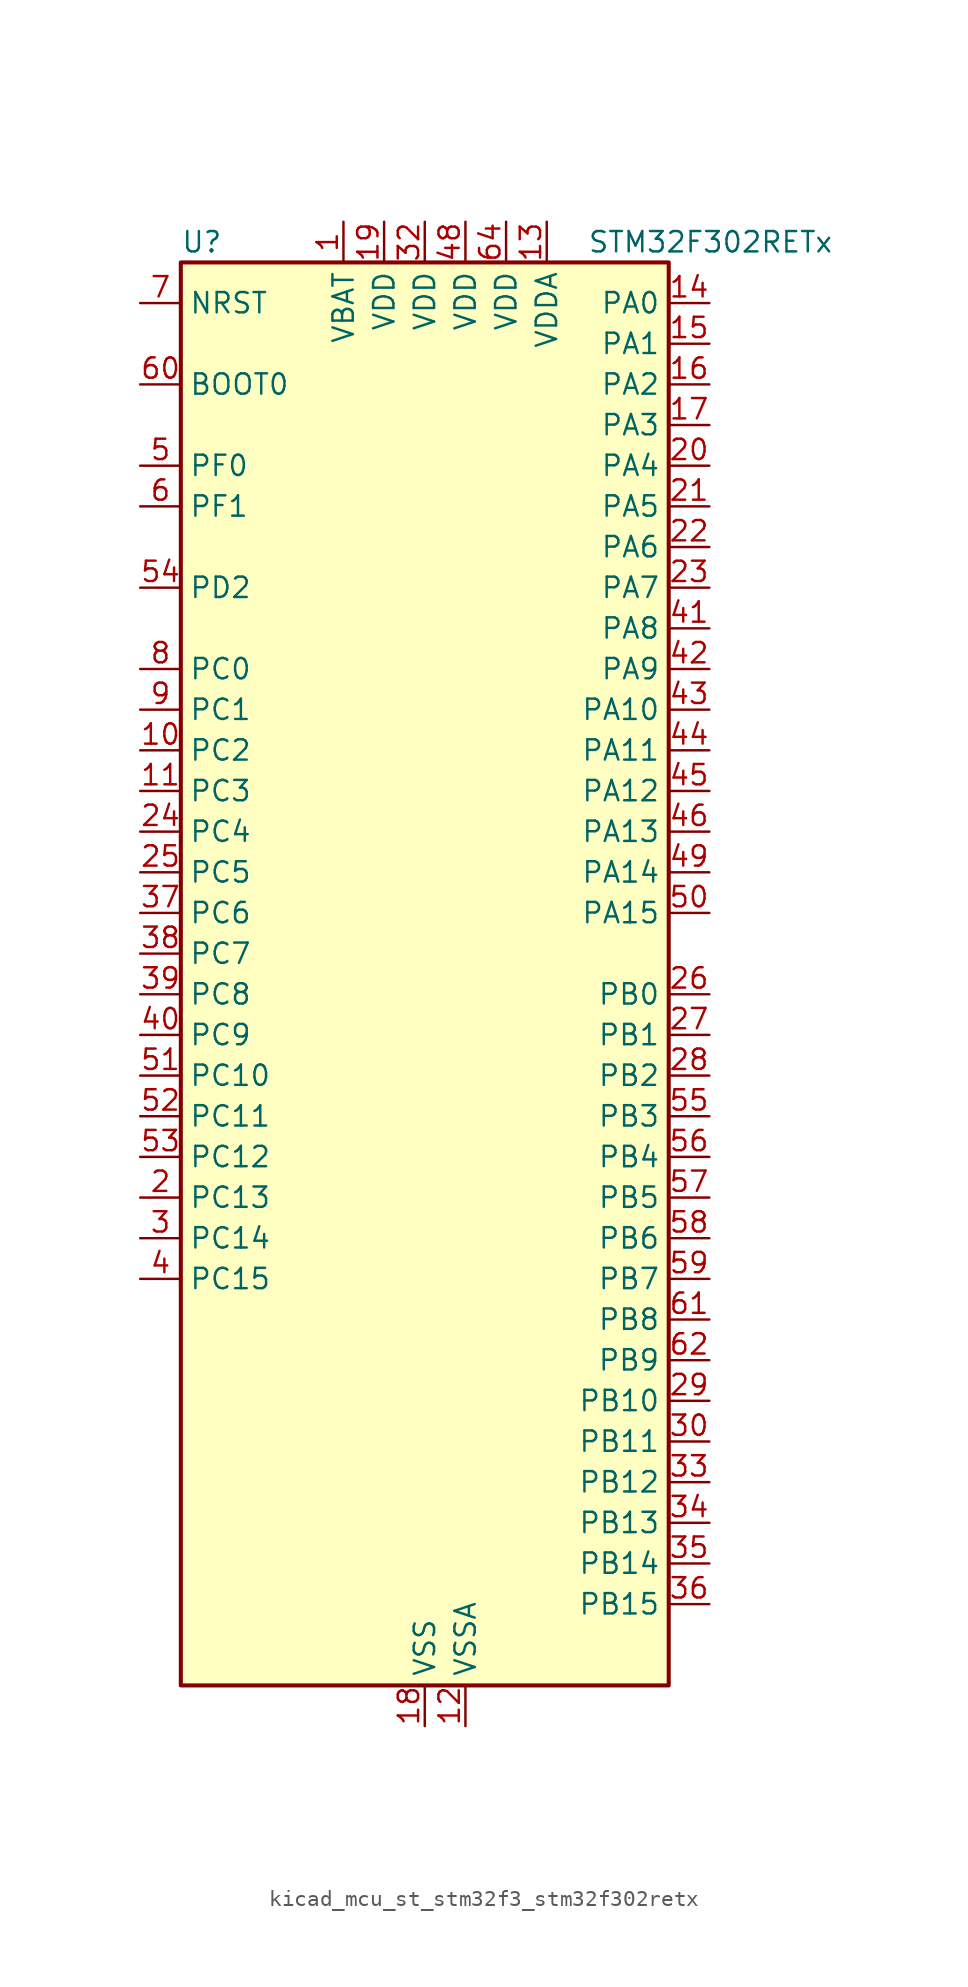
<source format=kicad_sym>
(kicad_symbol_lib
  (version 20220914)
  (generator kicad_symbol_editor)
  (symbol "kicad_mcu_st_stm32f3_stm32f302retx"
    (property "Reference" "U"
      (at -15.24 46.99 0)
      (effects (font (size 1.27 1.27)) (justify left)))
    (property "Value" "STM32F302RETx"
      (at 10.16 46.99 0)
      (effects (font (size 1.27 1.27)) (justify left)))
    (property "ki_locked" ""
      (at 0 0 0)
      (effects (font (size 1.27 1.27))))
    (symbol "kicad_mcu_st_stm32f3_stm32f302retx_0_1"
      (rectangle (start -15.24 -43.18) (end 15.24 45.72) (stroke (width 0.254) (type default)) (fill (type background))))
    (symbol "kicad_mcu_st_stm32f3_stm32f302retx_1_1"
      (pin power_in line (at -5.08 48.26 270) (length 2.54) (name "VBAT" (effects (font (size 1.27 1.27)))) (number "1" (effects (font (size 1.27 1.27)))))
      (pin bidirectional line (at -17.78 15.24 0) (length 2.54) (name "PC2" (effects (font (size 1.27 1.27)))) (number "10" (effects (font (size 1.27 1.27)))) (alternate "ADC1_IN8" bidirectional line) (alternate "ADC2_IN8" bidirectional line) (alternate "TIM1_CH3" bidirectional line))
      (pin bidirectional line (at -17.78 12.7 0) (length 2.54) (name "PC3" (effects (font (size 1.27 1.27)))) (number "11" (effects (font (size 1.27 1.27)))) (alternate "ADC1_IN9" bidirectional line) (alternate "ADC2_IN9" bidirectional line) (alternate "TIM1_BKIN2" bidirectional line) (alternate "TIM1_CH4" bidirectional line))
      (pin power_in line (at 2.54 -45.72 90) (length 2.54) (name "VSSA" (effects (font (size 1.27 1.27)))) (number "12" (effects (font (size 1.27 1.27)))))
      (pin power_in line (at 7.62 48.26 270) (length 2.54) (name "VDDA" (effects (font (size 1.27 1.27)))) (number "13" (effects (font (size 1.27 1.27)))))
      (pin bidirectional line (at 17.78 43.18 180) (length 2.54) (name "PA0" (effects (font (size 1.27 1.27)))) (number "14" (effects (font (size 1.27 1.27)))) (alternate "ADC1_IN1" bidirectional line) (alternate "COMP1_INM" bidirectional line) (alternate "COMP1_OUT" bidirectional line) (alternate "RTC_TAMP2" bidirectional line) (alternate "SYS_WKUP1" bidirectional line) (alternate "TIM2_CH1" bidirectional line) (alternate "TIM2_ETR" bidirectional line) (alternate "TSC_G1_IO1" bidirectional line) (alternate "USART2_CTS" bidirectional line))
      (pin bidirectional line (at 17.78 40.64 180) (length 2.54) (name "PA1" (effects (font (size 1.27 1.27)))) (number "15" (effects (font (size 1.27 1.27)))) (alternate "ADC1_IN2" bidirectional line) (alternate "COMP1_INP" bidirectional line) (alternate "OPAMP1_VINP" bidirectional line) (alternate "OPAMP1_VINP_SEC" bidirectional line) (alternate "RTC_REFIN" bidirectional line) (alternate "TIM15_CH1N" bidirectional line) (alternate "TIM2_CH2" bidirectional line) (alternate "TSC_G1_IO2" bidirectional line) (alternate "USART2_DE" bidirectional line) (alternate "USART2_RTS" bidirectional line))
      (pin bidirectional line (at 17.78 38.1 180) (length 2.54) (name "PA2" (effects (font (size 1.27 1.27)))) (number "16" (effects (font (size 1.27 1.27)))) (alternate "ADC1_IN3" bidirectional line) (alternate "COMP2_INM" bidirectional line) (alternate "COMP2_OUT" bidirectional line) (alternate "OPAMP1_VOUT" bidirectional line) (alternate "TIM15_CH1" bidirectional line) (alternate "TIM2_CH3" bidirectional line) (alternate "TSC_G1_IO3" bidirectional line) (alternate "USART2_TX" bidirectional line))
      (pin bidirectional line (at 17.78 35.56 180) (length 2.54) (name "PA3" (effects (font (size 1.27 1.27)))) (number "17" (effects (font (size 1.27 1.27)))) (alternate "ADC1_IN4" bidirectional line) (alternate "OPAMP1_VINM" bidirectional line) (alternate "OPAMP1_VINM_SEC" bidirectional line) (alternate "OPAMP1_VINP" bidirectional line) (alternate "OPAMP1_VINP_SEC" bidirectional line) (alternate "TIM15_CH2" bidirectional line) (alternate "TIM2_CH4" bidirectional line) (alternate "TSC_G1_IO4" bidirectional line) (alternate "USART2_RX" bidirectional line))
      (pin power_in line (at 0 -45.72 90) (length 2.54) (name "VSS" (effects (font (size 1.27 1.27)))) (number "18" (effects (font (size 1.27 1.27)))))
      (pin power_in line (at -2.54 48.26 270) (length 2.54) (name "VDD" (effects (font (size 1.27 1.27)))) (number "19" (effects (font (size 1.27 1.27)))))
      (pin bidirectional line (at -17.78 -12.7 0) (length 2.54) (name "PC13" (effects (font (size 1.27 1.27)))) (number "2" (effects (font (size 1.27 1.27)))) (alternate "RTC_OUT_ALARM" bidirectional line) (alternate "RTC_OUT_CALIB" bidirectional line) (alternate "RTC_TAMP1" bidirectional line) (alternate "RTC_TS" bidirectional line) (alternate "SYS_WKUP2" bidirectional line) (alternate "TIM1_CH1N" bidirectional line))
      (pin bidirectional line (at 17.78 33.02 180) (length 2.54) (name "PA4" (effects (font (size 1.27 1.27)))) (number "20" (effects (font (size 1.27 1.27)))) (alternate "ADC2_IN1" bidirectional line) (alternate "COMP1_INM" bidirectional line) (alternate "COMP2_INM" bidirectional line) (alternate "COMP4_INM" bidirectional line) (alternate "COMP6_INM" bidirectional line) (alternate "DAC1_OUT1" bidirectional line) (alternate "I2S3_WS" bidirectional line) (alternate "SPI1_NSS" bidirectional line) (alternate "SPI3_NSS" bidirectional line) (alternate "TIM3_CH2" bidirectional line) (alternate "TSC_G2_IO1" bidirectional line) (alternate "USART2_CK" bidirectional line))
      (pin bidirectional line (at 17.78 30.48 180) (length 2.54) (name "PA5" (effects (font (size 1.27 1.27)))) (number "21" (effects (font (size 1.27 1.27)))) (alternate "ADC2_IN2" bidirectional line) (alternate "COMP1_INM" bidirectional line) (alternate "COMP2_INM" bidirectional line) (alternate "COMP4_INM" bidirectional line) (alternate "COMP6_INM" bidirectional line) (alternate "OPAMP1_VINP" bidirectional line) (alternate "OPAMP1_VINP_SEC" bidirectional line) (alternate "OPAMP2_VINM" bidirectional line) (alternate "OPAMP2_VINM_SEC" bidirectional line) (alternate "SPI1_SCK" bidirectional line) (alternate "TIM2_CH1" bidirectional line) (alternate "TIM2_ETR" bidirectional line) (alternate "TSC_G2_IO2" bidirectional line))
      (pin bidirectional line (at 17.78 27.94 180) (length 2.54) (name "PA6" (effects (font (size 1.27 1.27)))) (number "22" (effects (font (size 1.27 1.27)))) (alternate "ADC2_IN3" bidirectional line) (alternate "COMP1_OUT" bidirectional line) (alternate "OPAMP2_VOUT" bidirectional line) (alternate "SPI1_MISO" bidirectional line) (alternate "TIM16_CH1" bidirectional line) (alternate "TIM1_BKIN" bidirectional line) (alternate "TIM3_CH1" bidirectional line) (alternate "TSC_G2_IO3" bidirectional line))
      (pin bidirectional line (at 17.78 25.4 180) (length 2.54) (name "PA7" (effects (font (size 1.27 1.27)))) (number "23" (effects (font (size 1.27 1.27)))) (alternate "ADC2_IN4" bidirectional line) (alternate "COMP2_INP" bidirectional line) (alternate "OPAMP1_VINP" bidirectional line) (alternate "OPAMP1_VINP_SEC" bidirectional line) (alternate "OPAMP2_VINP" bidirectional line) (alternate "OPAMP2_VINP_SEC" bidirectional line) (alternate "SPI1_MOSI" bidirectional line) (alternate "TIM17_CH1" bidirectional line) (alternate "TIM1_CH1N" bidirectional line) (alternate "TIM3_CH2" bidirectional line) (alternate "TSC_G2_IO4" bidirectional line))
      (pin bidirectional line (at -17.78 10.16 0) (length 2.54) (name "PC4" (effects (font (size 1.27 1.27)))) (number "24" (effects (font (size 1.27 1.27)))) (alternate "ADC2_IN5" bidirectional line) (alternate "TIM1_ETR" bidirectional line) (alternate "USART1_TX" bidirectional line))
      (pin bidirectional line (at -17.78 7.62 0) (length 2.54) (name "PC5" (effects (font (size 1.27 1.27)))) (number "25" (effects (font (size 1.27 1.27)))) (alternate "ADC2_IN11" bidirectional line) (alternate "OPAMP1_VINM" bidirectional line) (alternate "OPAMP1_VINM_SEC" bidirectional line) (alternate "OPAMP2_VINM" bidirectional line) (alternate "OPAMP2_VINM_SEC" bidirectional line) (alternate "TIM15_BKIN" bidirectional line) (alternate "TSC_G3_IO1" bidirectional line) (alternate "USART1_RX" bidirectional line))
      (pin bidirectional line (at 17.78 0 180) (length 2.54) (name "PB0" (effects (font (size 1.27 1.27)))) (number "26" (effects (font (size 1.27 1.27)))) (alternate "COMP4_INP" bidirectional line) (alternate "OPAMP2_VINP" bidirectional line) (alternate "OPAMP2_VINP_SEC" bidirectional line) (alternate "TIM1_CH2N" bidirectional line) (alternate "TIM3_CH3" bidirectional line) (alternate "TSC_G3_IO2" bidirectional line))
      (pin bidirectional line (at 17.78 -2.54 180) (length 2.54) (name "PB1" (effects (font (size 1.27 1.27)))) (number "27" (effects (font (size 1.27 1.27)))) (alternate "COMP4_OUT" bidirectional line) (alternate "TIM1_CH3N" bidirectional line) (alternate "TIM3_CH4" bidirectional line) (alternate "TSC_G3_IO3" bidirectional line))
      (pin bidirectional line (at 17.78 -5.08 180) (length 2.54) (name "PB2" (effects (font (size 1.27 1.27)))) (number "28" (effects (font (size 1.27 1.27)))) (alternate "ADC2_IN12" bidirectional line) (alternate "COMP4_INM" bidirectional line) (alternate "TSC_G3_IO4" bidirectional line))
      (pin bidirectional line (at 17.78 -25.4 180) (length 2.54) (name "PB10" (effects (font (size 1.27 1.27)))) (number "29" (effects (font (size 1.27 1.27)))) (alternate "TIM2_CH3" bidirectional line) (alternate "TSC_SYNC" bidirectional line) (alternate "USART3_TX" bidirectional line))
      (pin bidirectional line (at -17.78 -15.24 0) (length 2.54) (name "PC14" (effects (font (size 1.27 1.27)))) (number "3" (effects (font (size 1.27 1.27)))) (alternate "RCC_OSC32_IN" bidirectional line))
      (pin bidirectional line (at 17.78 -27.94 180) (length 2.54) (name "PB11" (effects (font (size 1.27 1.27)))) (number "30" (effects (font (size 1.27 1.27)))) (alternate "ADC1_EXTI11" bidirectional line) (alternate "ADC1_IN14" bidirectional line) (alternate "ADC2_EXTI11" bidirectional line) (alternate "ADC2_IN14" bidirectional line) (alternate "COMP6_INP" bidirectional line) (alternate "TIM2_CH4" bidirectional line) (alternate "TSC_G6_IO1" bidirectional line) (alternate "USART3_RX" bidirectional line))
      (pin passive line (at 0 -45.72 90) (length 2.54) hide (name "VSS" (effects (font (size 1.27 1.27)))) (number "31" (effects (font (size 1.27 1.27)))))
      (pin power_in line (at 0 48.26 270) (length 2.54) (name "VDD" (effects (font (size 1.27 1.27)))) (number "32" (effects (font (size 1.27 1.27)))))
      (pin bidirectional line (at 17.78 -30.48 180) (length 2.54) (name "PB12" (effects (font (size 1.27 1.27)))) (number "33" (effects (font (size 1.27 1.27)))) (alternate "I2C2_SMBA" bidirectional line) (alternate "I2S2_WS" bidirectional line) (alternate "SPI2_NSS" bidirectional line) (alternate "TIM1_BKIN" bidirectional line) (alternate "TSC_G6_IO2" bidirectional line) (alternate "USART3_CK" bidirectional line))
      (pin bidirectional line (at 17.78 -33.02 180) (length 2.54) (name "PB13" (effects (font (size 1.27 1.27)))) (number "34" (effects (font (size 1.27 1.27)))) (alternate "I2S2_CK" bidirectional line) (alternate "SPI2_SCK" bidirectional line) (alternate "TIM1_CH1N" bidirectional line) (alternate "TSC_G6_IO3" bidirectional line) (alternate "USART3_CTS" bidirectional line))
      (pin bidirectional line (at 17.78 -35.56 180) (length 2.54) (name "PB14" (effects (font (size 1.27 1.27)))) (number "35" (effects (font (size 1.27 1.27)))) (alternate "I2S2_ext_SD" bidirectional line) (alternate "OPAMP2_VINP" bidirectional line) (alternate "OPAMP2_VINP_SEC" bidirectional line) (alternate "SPI2_MISO" bidirectional line) (alternate "TIM15_CH1" bidirectional line) (alternate "TIM1_CH2N" bidirectional line) (alternate "TSC_G6_IO4" bidirectional line) (alternate "USART3_DE" bidirectional line) (alternate "USART3_RTS" bidirectional line))
      (pin bidirectional line (at 17.78 -38.1 180) (length 2.54) (name "PB15" (effects (font (size 1.27 1.27)))) (number "36" (effects (font (size 1.27 1.27)))) (alternate "ADC1_EXTI15" bidirectional line) (alternate "ADC2_EXTI15" bidirectional line) (alternate "COMP6_INM" bidirectional line) (alternate "I2S2_SD" bidirectional line) (alternate "RTC_REFIN" bidirectional line) (alternate "SPI2_MOSI" bidirectional line) (alternate "TIM15_CH1N" bidirectional line) (alternate "TIM15_CH2" bidirectional line) (alternate "TIM1_CH3N" bidirectional line))
      (pin bidirectional line (at -17.78 5.08 0) (length 2.54) (name "PC6" (effects (font (size 1.27 1.27)))) (number "37" (effects (font (size 1.27 1.27)))) (alternate "COMP6_OUT" bidirectional line) (alternate "I2S2_MCK" bidirectional line) (alternate "TIM3_CH1" bidirectional line))
      (pin bidirectional line (at -17.78 2.54 0) (length 2.54) (name "PC7" (effects (font (size 1.27 1.27)))) (number "38" (effects (font (size 1.27 1.27)))) (alternate "I2S3_MCK" bidirectional line) (alternate "TIM3_CH2" bidirectional line))
      (pin bidirectional line (at -17.78 0 0) (length 2.54) (name "PC8" (effects (font (size 1.27 1.27)))) (number "39" (effects (font (size 1.27 1.27)))) (alternate "TIM3_CH3" bidirectional line))
      (pin bidirectional line (at -17.78 -17.78 0) (length 2.54) (name "PC15" (effects (font (size 1.27 1.27)))) (number "4" (effects (font (size 1.27 1.27)))) (alternate "ADC1_EXTI15" bidirectional line) (alternate "ADC2_EXTI15" bidirectional line) (alternate "RCC_OSC32_OUT" bidirectional line))
      (pin bidirectional line (at -17.78 -2.54 0) (length 2.54) (name "PC9" (effects (font (size 1.27 1.27)))) (number "40" (effects (font (size 1.27 1.27)))) (alternate "DAC1_EXTI9" bidirectional line) (alternate "I2C3_SDA" bidirectional line) (alternate "I2S_CKIN" bidirectional line) (alternate "TIM3_CH4" bidirectional line))
      (pin bidirectional line (at 17.78 22.86 180) (length 2.54) (name "PA8" (effects (font (size 1.27 1.27)))) (number "41" (effects (font (size 1.27 1.27)))) (alternate "I2C2_SMBA" bidirectional line) (alternate "I2C3_SCL" bidirectional line) (alternate "I2S2_MCK" bidirectional line) (alternate "RCC_MCO" bidirectional line) (alternate "TIM1_CH1" bidirectional line) (alternate "TIM4_ETR" bidirectional line) (alternate "USART1_CK" bidirectional line))
      (pin bidirectional line (at 17.78 20.32 180) (length 2.54) (name "PA9" (effects (font (size 1.27 1.27)))) (number "42" (effects (font (size 1.27 1.27)))) (alternate "DAC1_EXTI9" bidirectional line) (alternate "I2C2_SCL" bidirectional line) (alternate "I2C3_SMBA" bidirectional line) (alternate "I2S3_MCK" bidirectional line) (alternate "TIM15_BKIN" bidirectional line) (alternate "TIM1_CH2" bidirectional line) (alternate "TIM2_CH3" bidirectional line) (alternate "TSC_G4_IO1" bidirectional line) (alternate "USART1_TX" bidirectional line))
      (pin bidirectional line (at 17.78 17.78 180) (length 2.54) (name "PA10" (effects (font (size 1.27 1.27)))) (number "43" (effects (font (size 1.27 1.27)))) (alternate "COMP6_OUT" bidirectional line) (alternate "I2C2_SDA" bidirectional line) (alternate "I2S2_ext_SD" bidirectional line) (alternate "SPI2_MISO" bidirectional line) (alternate "TIM17_BKIN" bidirectional line) (alternate "TIM1_CH3" bidirectional line) (alternate "TIM2_CH4" bidirectional line) (alternate "TSC_G4_IO2" bidirectional line) (alternate "USART1_RX" bidirectional line))
      (pin bidirectional line (at 17.78 15.24 180) (length 2.54) (name "PA11" (effects (font (size 1.27 1.27)))) (number "44" (effects (font (size 1.27 1.27)))) (alternate "ADC1_EXTI11" bidirectional line) (alternate "ADC2_EXTI11" bidirectional line) (alternate "CAN_RX" bidirectional line) (alternate "COMP1_OUT" bidirectional line) (alternate "I2S2_SD" bidirectional line) (alternate "SPI2_MOSI" bidirectional line) (alternate "TIM1_BKIN2" bidirectional line) (alternate "TIM1_CH1N" bidirectional line) (alternate "TIM1_CH4" bidirectional line) (alternate "TIM4_CH1" bidirectional line) (alternate "USART1_CTS" bidirectional line) (alternate "USB_DM" bidirectional line))
      (pin bidirectional line (at 17.78 12.7 180) (length 2.54) (name "PA12" (effects (font (size 1.27 1.27)))) (number "45" (effects (font (size 1.27 1.27)))) (alternate "CAN_TX" bidirectional line) (alternate "COMP2_OUT" bidirectional line) (alternate "I2S_CKIN" bidirectional line) (alternate "TIM16_CH1" bidirectional line) (alternate "TIM1_CH2N" bidirectional line) (alternate "TIM1_ETR" bidirectional line) (alternate "TIM4_CH2" bidirectional line) (alternate "USART1_DE" bidirectional line) (alternate "USART1_RTS" bidirectional line) (alternate "USB_DP" bidirectional line))
      (pin bidirectional line (at 17.78 10.16 180) (length 2.54) (name "PA13" (effects (font (size 1.27 1.27)))) (number "46" (effects (font (size 1.27 1.27)))) (alternate "IR_OUT" bidirectional line) (alternate "SYS_JTMS-SWDIO" bidirectional line) (alternate "TIM16_CH1N" bidirectional line) (alternate "TIM4_CH3" bidirectional line) (alternate "TSC_G4_IO3" bidirectional line) (alternate "USART3_CTS" bidirectional line))
      (pin passive line (at 0 -45.72 90) (length 2.54) hide (name "VSS" (effects (font (size 1.27 1.27)))) (number "47" (effects (font (size 1.27 1.27)))))
      (pin power_in line (at 2.54 48.26 270) (length 2.54) (name "VDD" (effects (font (size 1.27 1.27)))) (number "48" (effects (font (size 1.27 1.27)))))
      (pin bidirectional line (at 17.78 7.62 180) (length 2.54) (name "PA14" (effects (font (size 1.27 1.27)))) (number "49" (effects (font (size 1.27 1.27)))) (alternate "I2C1_SDA" bidirectional line) (alternate "SYS_JTCK-SWCLK" bidirectional line) (alternate "TIM1_BKIN" bidirectional line) (alternate "TSC_G4_IO4" bidirectional line) (alternate "USART2_TX" bidirectional line))
      (pin bidirectional line (at -17.78 33.02 0) (length 2.54) (name "PF0" (effects (font (size 1.27 1.27)))) (number "5" (effects (font (size 1.27 1.27)))) (alternate "I2C2_SDA" bidirectional line) (alternate "I2S2_WS" bidirectional line) (alternate "RCC_OSC_IN" bidirectional line) (alternate "SPI2_NSS" bidirectional line) (alternate "TIM1_CH3N" bidirectional line))
      (pin bidirectional line (at 17.78 5.08 180) (length 2.54) (name "PA15" (effects (font (size 1.27 1.27)))) (number "50" (effects (font (size 1.27 1.27)))) (alternate "ADC1_EXTI15" bidirectional line) (alternate "ADC2_EXTI15" bidirectional line) (alternate "I2C1_SCL" bidirectional line) (alternate "I2S3_WS" bidirectional line) (alternate "SPI1_NSS" bidirectional line) (alternate "SPI3_NSS" bidirectional line) (alternate "SYS_JTDI" bidirectional line) (alternate "TIM1_BKIN" bidirectional line) (alternate "TIM2_CH1" bidirectional line) (alternate "TIM2_ETR" bidirectional line) (alternate "TSC_SYNC" bidirectional line) (alternate "USART2_RX" bidirectional line))
      (pin bidirectional line (at -17.78 -5.08 0) (length 2.54) (name "PC10" (effects (font (size 1.27 1.27)))) (number "51" (effects (font (size 1.27 1.27)))) (alternate "I2S3_CK" bidirectional line) (alternate "SPI3_SCK" bidirectional line) (alternate "UART4_TX" bidirectional line) (alternate "USART3_TX" bidirectional line))
      (pin bidirectional line (at -17.78 -7.62 0) (length 2.54) (name "PC11" (effects (font (size 1.27 1.27)))) (number "52" (effects (font (size 1.27 1.27)))) (alternate "ADC1_EXTI11" bidirectional line) (alternate "ADC2_EXTI11" bidirectional line) (alternate "I2S3_ext_SD" bidirectional line) (alternate "SPI3_MISO" bidirectional line) (alternate "UART4_RX" bidirectional line) (alternate "USART3_RX" bidirectional line))
      (pin bidirectional line (at -17.78 -10.16 0) (length 2.54) (name "PC12" (effects (font (size 1.27 1.27)))) (number "53" (effects (font (size 1.27 1.27)))) (alternate "I2S3_SD" bidirectional line) (alternate "SPI3_MOSI" bidirectional line) (alternate "UART5_TX" bidirectional line) (alternate "USART3_CK" bidirectional line))
      (pin bidirectional line (at -17.78 25.4 0) (length 2.54) (name "PD2" (effects (font (size 1.27 1.27)))) (number "54" (effects (font (size 1.27 1.27)))) (alternate "TIM3_ETR" bidirectional line) (alternate "UART5_RX" bidirectional line))
      (pin bidirectional line (at 17.78 -7.62 180) (length 2.54) (name "PB3" (effects (font (size 1.27 1.27)))) (number "55" (effects (font (size 1.27 1.27)))) (alternate "I2S3_CK" bidirectional line) (alternate "SPI1_SCK" bidirectional line) (alternate "SPI3_SCK" bidirectional line) (alternate "SYS_JTDO-TRACESWO" bidirectional line) (alternate "TIM2_CH2" bidirectional line) (alternate "TIM3_ETR" bidirectional line) (alternate "TIM4_ETR" bidirectional line) (alternate "TSC_G5_IO1" bidirectional line) (alternate "USART2_TX" bidirectional line))
      (pin bidirectional line (at 17.78 -10.16 180) (length 2.54) (name "PB4" (effects (font (size 1.27 1.27)))) (number "56" (effects (font (size 1.27 1.27)))) (alternate "I2S3_ext_SD" bidirectional line) (alternate "SPI1_MISO" bidirectional line) (alternate "SPI3_MISO" bidirectional line) (alternate "SYS_NJTRST" bidirectional line) (alternate "TIM16_CH1" bidirectional line) (alternate "TIM17_BKIN" bidirectional line) (alternate "TIM3_CH1" bidirectional line) (alternate "TSC_G5_IO2" bidirectional line) (alternate "USART2_RX" bidirectional line))
      (pin bidirectional line (at 17.78 -12.7 180) (length 2.54) (name "PB5" (effects (font (size 1.27 1.27)))) (number "57" (effects (font (size 1.27 1.27)))) (alternate "I2C1_SMBA" bidirectional line) (alternate "I2C3_SDA" bidirectional line) (alternate "I2S3_SD" bidirectional line) (alternate "SPI1_MOSI" bidirectional line) (alternate "SPI3_MOSI" bidirectional line) (alternate "TIM16_BKIN" bidirectional line) (alternate "TIM17_CH1" bidirectional line) (alternate "TIM3_CH2" bidirectional line) (alternate "USART2_CK" bidirectional line))
      (pin bidirectional line (at 17.78 -15.24 180) (length 2.54) (name "PB6" (effects (font (size 1.27 1.27)))) (number "58" (effects (font (size 1.27 1.27)))) (alternate "I2C1_SCL" bidirectional line) (alternate "TIM16_CH1N" bidirectional line) (alternate "TIM4_CH1" bidirectional line) (alternate "TSC_G5_IO3" bidirectional line) (alternate "USART1_TX" bidirectional line))
      (pin bidirectional line (at 17.78 -17.78 180) (length 2.54) (name "PB7" (effects (font (size 1.27 1.27)))) (number "59" (effects (font (size 1.27 1.27)))) (alternate "I2C1_SDA" bidirectional line) (alternate "TIM17_CH1N" bidirectional line) (alternate "TIM3_CH4" bidirectional line) (alternate "TIM4_CH2" bidirectional line) (alternate "TSC_G5_IO4" bidirectional line) (alternate "USART1_RX" bidirectional line))
      (pin bidirectional line (at -17.78 30.48 0) (length 2.54) (name "PF1" (effects (font (size 1.27 1.27)))) (number "6" (effects (font (size 1.27 1.27)))) (alternate "I2C2_SCL" bidirectional line) (alternate "I2S2_CK" bidirectional line) (alternate "RCC_OSC_OUT" bidirectional line) (alternate "SPI2_SCK" bidirectional line))
      (pin input line (at -17.78 38.1 0) (length 2.54) (name "BOOT0" (effects (font (size 1.27 1.27)))) (number "60" (effects (font (size 1.27 1.27)))))
      (pin bidirectional line (at 17.78 -20.32 180) (length 2.54) (name "PB8" (effects (font (size 1.27 1.27)))) (number "61" (effects (font (size 1.27 1.27)))) (alternate "CAN_RX" bidirectional line) (alternate "COMP1_OUT" bidirectional line) (alternate "I2C1_SCL" bidirectional line) (alternate "TIM16_CH1" bidirectional line) (alternate "TIM1_BKIN" bidirectional line) (alternate "TIM4_CH3" bidirectional line) (alternate "TSC_SYNC" bidirectional line) (alternate "USART3_RX" bidirectional line))
      (pin bidirectional line (at 17.78 -22.86 180) (length 2.54) (name "PB9" (effects (font (size 1.27 1.27)))) (number "62" (effects (font (size 1.27 1.27)))) (alternate "CAN_TX" bidirectional line) (alternate "COMP2_OUT" bidirectional line) (alternate "DAC1_EXTI9" bidirectional line) (alternate "I2C1_SDA" bidirectional line) (alternate "IR_OUT" bidirectional line) (alternate "TIM17_CH1" bidirectional line) (alternate "TIM4_CH4" bidirectional line) (alternate "USART3_TX" bidirectional line))
      (pin passive line (at 0 -45.72 90) (length 2.54) hide (name "VSS" (effects (font (size 1.27 1.27)))) (number "63" (effects (font (size 1.27 1.27)))))
      (pin power_in line (at 5.08 48.26 270) (length 2.54) (name "VDD" (effects (font (size 1.27 1.27)))) (number "64" (effects (font (size 1.27 1.27)))))
      (pin input line (at -17.78 43.18 0) (length 2.54) (name "NRST" (effects (font (size 1.27 1.27)))) (number "7" (effects (font (size 1.27 1.27)))))
      (pin bidirectional line (at -17.78 20.32 0) (length 2.54) (name "PC0" (effects (font (size 1.27 1.27)))) (number "8" (effects (font (size 1.27 1.27)))) (alternate "ADC1_IN6" bidirectional line) (alternate "ADC2_IN6" bidirectional line) (alternate "TIM1_CH1" bidirectional line))
      (pin bidirectional line (at -17.78 17.78 0) (length 2.54) (name "PC1" (effects (font (size 1.27 1.27)))) (number "9" (effects (font (size 1.27 1.27)))) (alternate "ADC1_IN7" bidirectional line) (alternate "ADC2_IN7" bidirectional line) (alternate "TIM1_CH2" bidirectional line)))))
</source>
